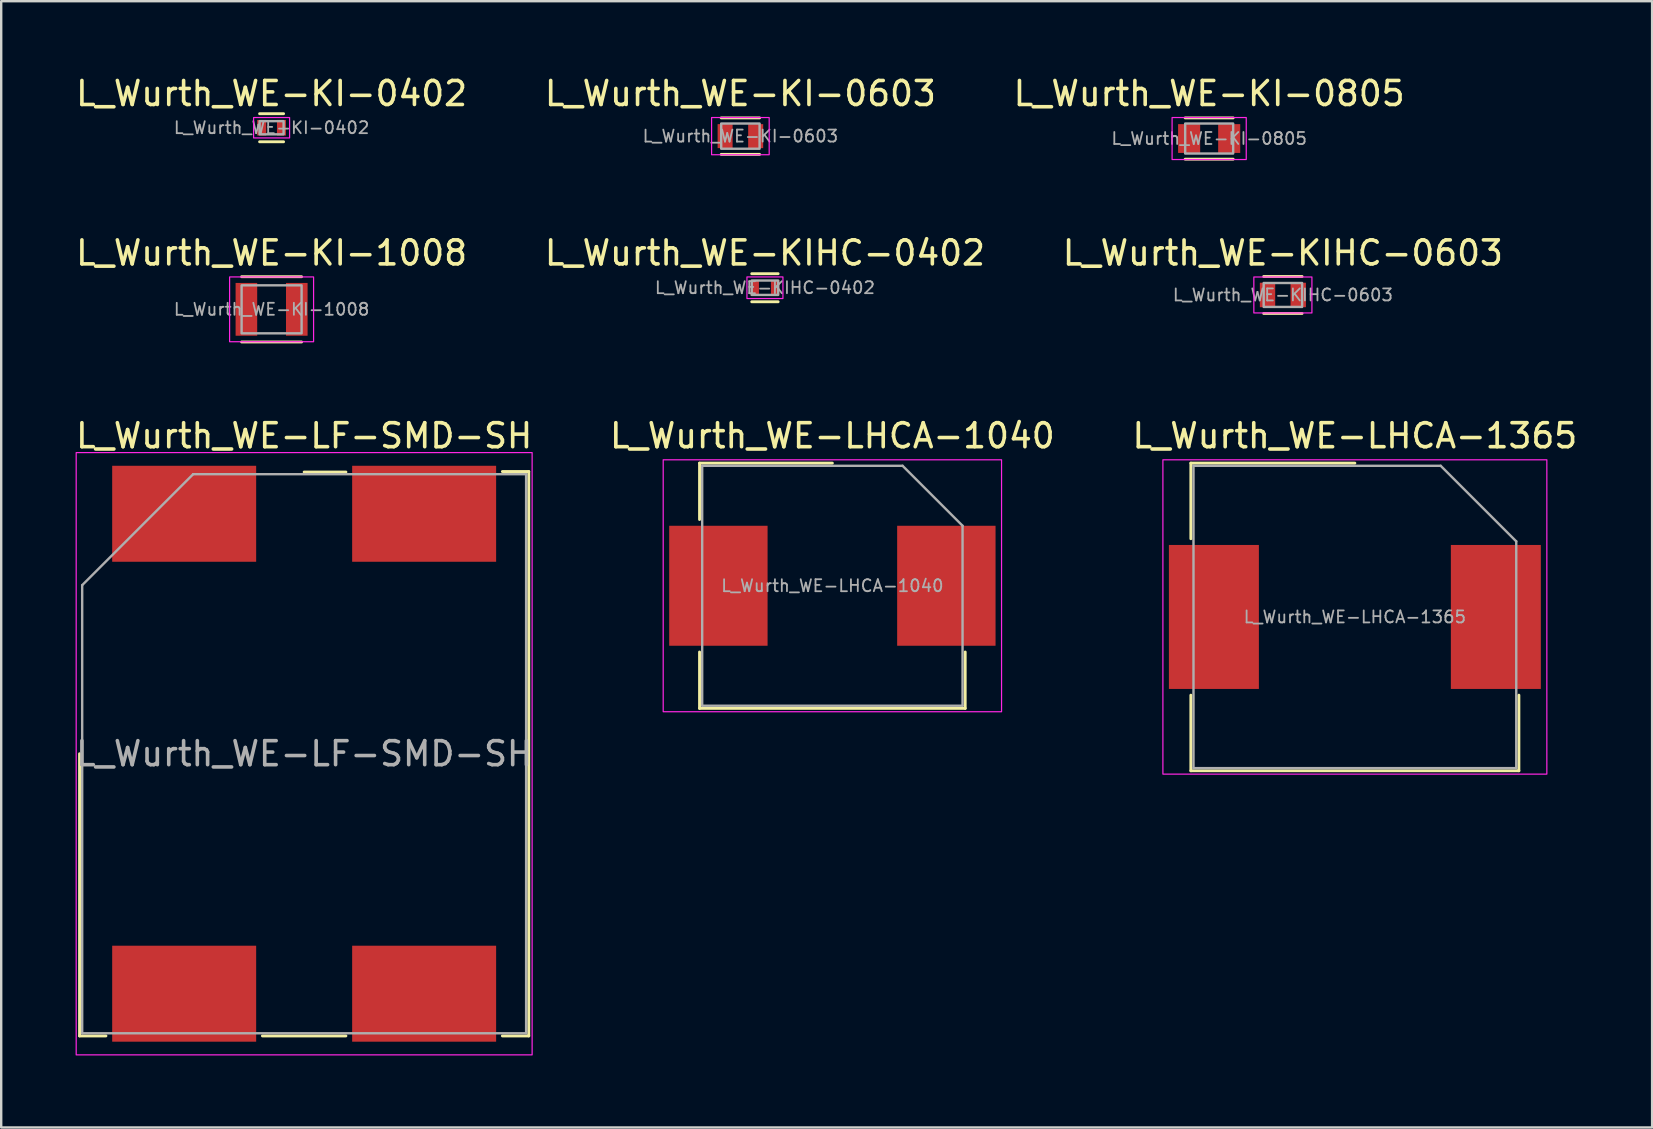
<source format=kicad_pcb>
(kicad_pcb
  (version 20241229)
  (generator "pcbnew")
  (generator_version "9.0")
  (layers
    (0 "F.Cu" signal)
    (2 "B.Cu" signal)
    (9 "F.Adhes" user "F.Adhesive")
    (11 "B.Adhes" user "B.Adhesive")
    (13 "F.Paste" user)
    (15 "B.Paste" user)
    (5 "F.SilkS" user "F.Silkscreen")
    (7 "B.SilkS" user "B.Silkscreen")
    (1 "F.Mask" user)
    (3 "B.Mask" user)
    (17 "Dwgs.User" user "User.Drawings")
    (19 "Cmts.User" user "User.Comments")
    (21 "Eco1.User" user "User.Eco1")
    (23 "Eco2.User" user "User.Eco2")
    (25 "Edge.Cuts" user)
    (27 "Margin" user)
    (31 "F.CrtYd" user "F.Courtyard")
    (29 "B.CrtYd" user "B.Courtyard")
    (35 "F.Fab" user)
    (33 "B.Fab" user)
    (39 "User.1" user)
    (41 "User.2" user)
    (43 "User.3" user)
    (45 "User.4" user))
  (footprint "L_Wurth_WE-LF-SMD-SH"
    (layer "F.Cu")
    (at 9.625 28.36)
    (property "Reference" "L_Wurth_WE-LF-SMD-SH" (at 0 -13.25 0) (unlocked yes) (layer "F.SilkS") (effects (font (size 1 1) (thickness 0.15))))
    (attr smd)
    (fp_line (start -9.36 11.76) (end -9.36 0) (stroke (width 0.12) (type solid)) (layer "F.SilkS"))
    (fp_line (start -9.36 11.76) (end -8.26 11.76) (stroke (width 0.12) (type solid)) (layer "F.SilkS"))
    (fp_line (start -1.74 11.76) (end 1.74 11.76) (stroke (width 0.12) (type default)) (layer "F.SilkS"))
    (fp_line (start 0 -11.74) (end 1.74 -11.74) (stroke (width 0.12) (type default)) (layer "F.SilkS"))
    (fp_line (start 9.36 -11.76) (end 8.26 -11.76) (stroke (width 0.12) (type solid)) (layer "F.SilkS"))
    (fp_line (start 9.36 -11.76) (end 9.36 11.76) (stroke (width 0.12) (type solid)) (layer "F.SilkS"))
    (fp_line (start 9.36 11.76) (end 8.26 11.76) (stroke (width 0.12) (type solid)) (layer "F.SilkS"))
    (fp_rect (start -9.5 -12.55) (end 9.5 12.55) (stroke (width 0.05) (type solid)) (fill no) (layer "F.CrtYd"))
    (fp_line (start -9.25 -7.025) (end -9.25 11.65) (stroke (width 0.1) (type solid)) (layer "F.Fab"))
    (fp_line (start -9.25 11.65) (end 9.25 11.65) (stroke (width 0.1) (type solid)) (layer "F.Fab"))
    (fp_line (start -4.625 -11.65) (end -9.25 -7.025) (stroke (width 0.1) (type solid)) (layer "F.Fab"))
    (fp_line (start 9.25 -11.65) (end -4.625 -11.65) (stroke (width 0.1) (type solid)) (layer "F.Fab"))
    (fp_line (start 9.25 11.65) (end 9.25 -11.65) (stroke (width 0.1) (type solid)) (layer "F.Fab"))
    (fp_text user "${REFERENCE}" (at 0 0 0) (unlocked yes) (layer "F.Fab") (effects (font (size 1 1) (thickness 0.15))))
    (pad "1" smd rect (at -5 -10) (size 6 4) (layers "F.Cu" "F.Mask" "F.Paste"))
    (pad "2" smd rect (at -5 10) (size 6 4) (layers "F.Cu" "F.Mask" "F.Paste"))
    (pad "3" smd rect (at 5 10) (size 6 4) (layers "F.Cu" "F.Mask" "F.Paste"))
    (pad "4" smd rect (at 5 -10) (size 6 4) (layers "F.Cu" "F.Mask" "F.Paste")))
  (footprint "L_Wurth_WE-KI-1008"
    (layer "F.Cu")
    (at 8.268 9.841)
    (property "Reference" "L_Wurth_WE-KI-1008" (at 0 -2.35 0) (unlocked yes) (layer "F.SilkS") (effects (font (size 1 1) (thickness 0.15))))
    (attr smd)
    (fp_line (start -1.25 -1.36) (end 1.25 -1.36) (stroke (width 0.12) (type solid)) (layer "F.SilkS"))
    (fp_line (start -1.25 1.36) (end 1.25 1.36) (stroke (width 0.12) (type solid)) (layer "F.SilkS"))
    (fp_rect (start -1.75 -1.35) (end 1.75 1.35) (stroke (width 0.05) (type solid)) (fill no) (layer "F.CrtYd"))
    (fp_rect (start -1.25 -1) (end 1.25 1) (stroke (width 0.1) (type solid)) (fill no) (layer "F.Fab"))
    (fp_text user "${REFERENCE}" (at 0 0 0) (unlocked yes) (layer "F.Fab") (effects (font (size 0.5 0.5) (thickness 0.075))))
    (pad "1" smd rect (at -1.05 0) (size 0.9 2.2) (layers "F.Cu" "F.Mask" "F.Paste"))
    (pad "2" smd rect (at 1.05 0) (size 0.9 2.2) (layers "F.Cu" "F.Mask" "F.Paste")))
  (footprint "L_Wurth_WE-KI-0402"
    (layer "F.Cu")
    (at 8.268 2.273)
    (property "Reference" "L_Wurth_WE-KI-0402" (at 0 -1.425 0) (unlocked yes) (layer "F.SilkS") (effects (font (size 1 1) (thickness 0.15))))
    (attr smd)
    (fp_line (start -0.5 -0.585) (end 0.5 -0.585) (stroke (width 0.12) (type solid)) (layer "F.SilkS"))
    (fp_line (start -0.5 0.585) (end 0.5 0.585) (stroke (width 0.12) (type solid)) (layer "F.SilkS"))
    (fp_rect (start -0.75 -0.425) (end 0.75 0.425) (stroke (width 0.05) (type solid)) (fill no) (layer "F.CrtYd"))
    (fp_rect (start -0.5 -0.275) (end 0.5 0.275) (stroke (width 0.1) (type solid)) (fill no) (layer "F.Fab"))
    (fp_text user "${REFERENCE}" (at 0 0 0) (unlocked yes) (layer "F.Fab") (effects (font (size 0.5 0.5) (thickness 0.075))))
    (pad "1" smd rect (at -0.412 0) (size 0.375 0.65) (layers "F.Cu" "F.Mask" "F.Paste"))
    (pad "2" smd rect (at 0.412 0) (size 0.375 0.65) (layers "F.Cu" "F.Mask" "F.Paste")))
  (footprint "L_Wurth_WE-KIHC-0603"
    (layer "F.Cu")
    (at 50.411 9.242)
    (property "Reference" "L_Wurth_WE-KIHC-0603" (at 0 -1.75 0) (unlocked yes) (layer "F.SilkS") (effects (font (size 1 1) (thickness 0.15))))
    (attr smd)
    (fp_line (start -0.8 -0.77) (end 0.8 -0.77) (stroke (width 0.12) (type solid)) (layer "F.SilkS"))
    (fp_line (start -0.8 0.77) (end 0.8 0.77) (stroke (width 0.12) (type solid)) (layer "F.SilkS"))
    (fp_rect (start -1.21 -0.75) (end 1.21 0.75) (stroke (width 0.05) (type solid)) (fill no) (layer "F.CrtYd"))
    (fp_rect (start -0.8 -0.5) (end 0.8 0.5) (stroke (width 0.1) (type solid)) (fill no) (layer "F.Fab"))
    (fp_text user "${REFERENCE}" (at 0 0 0) (unlocked yes) (layer "F.Fab") (effects (font (size 0.5 0.5) (thickness 0.075))))
    (pad "1" smd rect (at -0.64 0) (size 0.64 1.02) (layers "F.Cu" "F.Mask" "F.Paste"))
    (pad "2" smd rect (at 0.64 0) (size 0.64 1.02) (layers "F.Cu" "F.Mask" "F.Paste")))
  (footprint "L_Wurth_WE-LHCA-1365"
    (layer "F.Cu")
    (at 53.411 22.66)
    (property "Reference" "L_Wurth_WE-LHCA-1365" (at 0 -7.55 0) (unlocked yes) (layer "F.SilkS") (effects (font (size 1 1) (thickness 0.15))))
    (attr smd)
    (fp_line (start -6.835 -6.41) (end -6.835 -3.26) (stroke (width 0.12) (type solid)) (layer "F.SilkS"))
    (fp_line (start -6.835 6.41) (end -6.835 3.26) (stroke (width 0.12) (type solid)) (layer "F.SilkS"))
    (fp_line (start 0 -6.41) (end -6.835 -6.41) (stroke (width 0.12) (type solid)) (layer "F.SilkS"))
    (fp_line (start 6.835 6.41) (end -6.835 6.41) (stroke (width 0.12) (type solid)) (layer "F.SilkS"))
    (fp_line (start 6.835 6.41) (end 6.835 3.26) (stroke (width 0.12) (type solid)) (layer "F.SilkS"))
    (fp_rect (start 8 -6.55) (end -8 6.55) (stroke (width 0.05) (type solid)) (fill no) (layer "F.CrtYd"))
    (fp_line (start -6.725 -6.3) (end 3.575 -6.3) (stroke (width 0.1) (type solid)) (layer "F.Fab"))
    (fp_line (start -6.725 6.3) (end -6.725 -6.3) (stroke (width 0.1) (type solid)) (layer "F.Fab"))
    (fp_line (start 3.575 -6.3) (end 6.725 -3.15) (stroke (width 0.1) (type solid)) (layer "F.Fab"))
    (fp_line (start 6.725 -3.15) (end 6.725 6.3) (stroke (width 0.1) (type solid)) (layer "F.Fab"))
    (fp_line (start 6.725 6.3) (end -6.725 6.3) (stroke (width 0.1) (type solid)) (layer "F.Fab"))
    (fp_text user "${REFERENCE}" (at 0 0 0) (unlocked yes) (layer "F.Fab") (effects (font (size 0.5 0.5) (thickness 0.075))))
    (pad "1" smd rect (at -5.875 0) (size 3.75 6) (layers "F.Cu" "F.Mask" "F.Paste"))
    (pad "2" smd rect (at 5.875 0) (size 3.75 6) (layers "F.Cu" "F.Mask" "F.Paste")))
  (footprint "L_Wurth_WE-KI-0805"
    (layer "F.Cu")
    (at 47.339 2.723)
    (property "Reference" "L_Wurth_WE-KI-0805" (at 0 -1.875 0) (unlocked yes) (layer "F.SilkS") (effects (font (size 1 1) (thickness 0.15))))
    (attr smd)
    (fp_line (start -1 -0.86) (end 1 -0.86) (stroke (width 0.12) (type solid)) (layer "F.SilkS"))
    (fp_line (start -1 0.86) (end 1 0.86) (stroke (width 0.12) (type solid)) (layer "F.SilkS"))
    (fp_rect (start -1.545 -0.875) (end 1.545 0.875) (stroke (width 0.05) (type solid)) (fill no) (layer "F.CrtYd"))
    (fp_rect (start -1 -0.625) (end 1 0.625) (stroke (width 0.1) (type solid)) (fill no) (layer "F.Fab"))
    (fp_text user "${REFERENCE}" (at 0 0 0) (unlocked yes) (layer "F.Fab") (effects (font (size 0.5 0.5) (thickness 0.075))))
    (pad "1" smd rect (at -0.835 0) (size 0.92 1.2) (layers "F.Cu" "F.Mask" "F.Paste"))
    (pad "2" smd rect (at 0.835 0) (size 0.92 1.2) (layers "F.Cu" "F.Mask" "F.Paste")))
  (footprint "L_Wurth_WE-KI-0603"
    (layer "F.Cu")
    (at 27.804 2.623)
    (property "Reference" "L_Wurth_WE-KI-0603" (at 0 -1.775 0) (unlocked yes) (layer "F.SilkS") (effects (font (size 1 1) (thickness 0.15))))
    (attr smd)
    (fp_line (start -0.8 -0.76) (end 0.8 -0.76) (stroke (width 0.12) (type solid)) (layer "F.SilkS"))
    (fp_line (start -0.8 0.76) (end 0.8 0.76) (stroke (width 0.12) (type solid)) (layer "F.SilkS"))
    (fp_rect (start -1.2 -0.775) (end 1.2 0.775) (stroke (width 0.05) (type solid)) (fill no) (layer "F.CrtYd"))
    (fp_rect (start -0.8 -0.525) (end 0.8 0.525) (stroke (width 0.1) (type solid)) (fill no) (layer "F.Fab"))
    (fp_text user "${REFERENCE}" (at 0 0 0) (unlocked yes) (layer "F.Fab") (effects (font (size 0.5 0.5) (thickness 0.075))))
    (pad "1" smd rect (at -0.637 0) (size 0.625 1) (layers "F.Cu" "F.Mask" "F.Paste"))
    (pad "2" smd rect (at 0.637 0) (size 0.625 1) (layers "F.Cu" "F.Mask" "F.Paste")))
  (footprint "L_Wurth_WE-LHCA-1040"
    (layer "F.Cu")
    (at 31.637 21.36)
    (property "Reference" "L_Wurth_WE-LHCA-1040" (at 0 -6.25 0) (unlocked yes) (layer "F.SilkS") (effects (font (size 1 1) (thickness 0.15))))
    (attr smd)
    (fp_line (start -5.535 -5.11) (end -5.535 -2.76) (stroke (width 0.12) (type solid)) (layer "F.SilkS"))
    (fp_line (start -5.535 5.11) (end -5.535 2.76) (stroke (width 0.12) (type solid)) (layer "F.SilkS"))
    (fp_line (start 0 -5.11) (end -5.535 -5.11) (stroke (width 0.12) (type solid)) (layer "F.SilkS"))
    (fp_line (start 5.535 5.11) (end -5.535 5.11) (stroke (width 0.12) (type solid)) (layer "F.SilkS"))
    (fp_line (start 5.535 5.11) (end 5.535 2.76) (stroke (width 0.12) (type solid)) (layer "F.SilkS"))
    (fp_rect (start 7.05 -5.25) (end -7.05 5.25) (stroke (width 0.05) (type solid)) (fill no) (layer "F.CrtYd"))
    (fp_line (start -5.425 -5) (end 2.925 -5) (stroke (width 0.1) (type solid)) (layer "F.Fab"))
    (fp_line (start -5.425 5) (end -5.425 -5) (stroke (width 0.1) (type solid)) (layer "F.Fab"))
    (fp_line (start 2.925 -5) (end 5.425 -2.5) (stroke (width 0.1) (type solid)) (layer "F.Fab"))
    (fp_line (start 5.425 -2.5) (end 5.425 5) (stroke (width 0.1) (type solid)) (layer "F.Fab"))
    (fp_line (start 5.425 5) (end -5.425 5) (stroke (width 0.1) (type solid)) (layer "F.Fab"))
    (fp_text user "${REFERENCE}" (at 0 0 0) (unlocked yes) (layer "F.Fab") (effects (font (size 0.5 0.5) (thickness 0.075))))
    (pad "1" smd rect (at -4.75 0) (size 4.1 5) (layers "F.Cu" "F.Mask" "F.Paste"))
    (pad "2" smd rect (at 4.75 0) (size 4.1 5) (layers "F.Cu" "F.Mask" "F.Paste")))
  (footprint "L_Wurth_WE-KIHC-0402"
    (layer "F.Cu")
    (at 28.827 8.941)
    (property "Reference" "L_Wurth_WE-KIHC-0402" (at 0 -1.45 0) (unlocked yes) (layer "F.SilkS") (effects (font (size 1 1) (thickness 0.15))))
    (attr smd)
    (fp_line (start -0.55 -0.585) (end 0.55 -0.585) (stroke (width 0.12) (type solid)) (layer "F.SilkS"))
    (fp_line (start -0.55 0.585) (end 0.55 0.585) (stroke (width 0.12) (type solid)) (layer "F.SilkS"))
    (fp_rect (start -0.75 -0.45) (end 0.75 0.45) (stroke (width 0.05) (type solid)) (fill no) (layer "F.CrtYd"))
    (fp_rect (start -0.55 -0.3) (end 0.55 0.3) (stroke (width 0.1) (type solid)) (fill no) (layer "F.Fab"))
    (fp_text user "${REFERENCE}" (at 0 0 0) (unlocked yes) (layer "F.Fab") (effects (font (size 0.5 0.5) (thickness 0.075))))
    (pad "1" smd rect (at -0.425 0) (size 0.35 0.65) (layers "F.Cu" "F.Mask" "F.Paste"))
    (pad "2" smd rect (at 0.425 0) (size 0.35 0.65) (layers "F.Cu" "F.Mask" "F.Paste")))
  (gr_rect
    (start -3 -3)
    (end 65.798 43.935)
    (stroke (width 0.1) (type default))
    (fill no)
    (layer "Edge.Cuts")))
</source>
